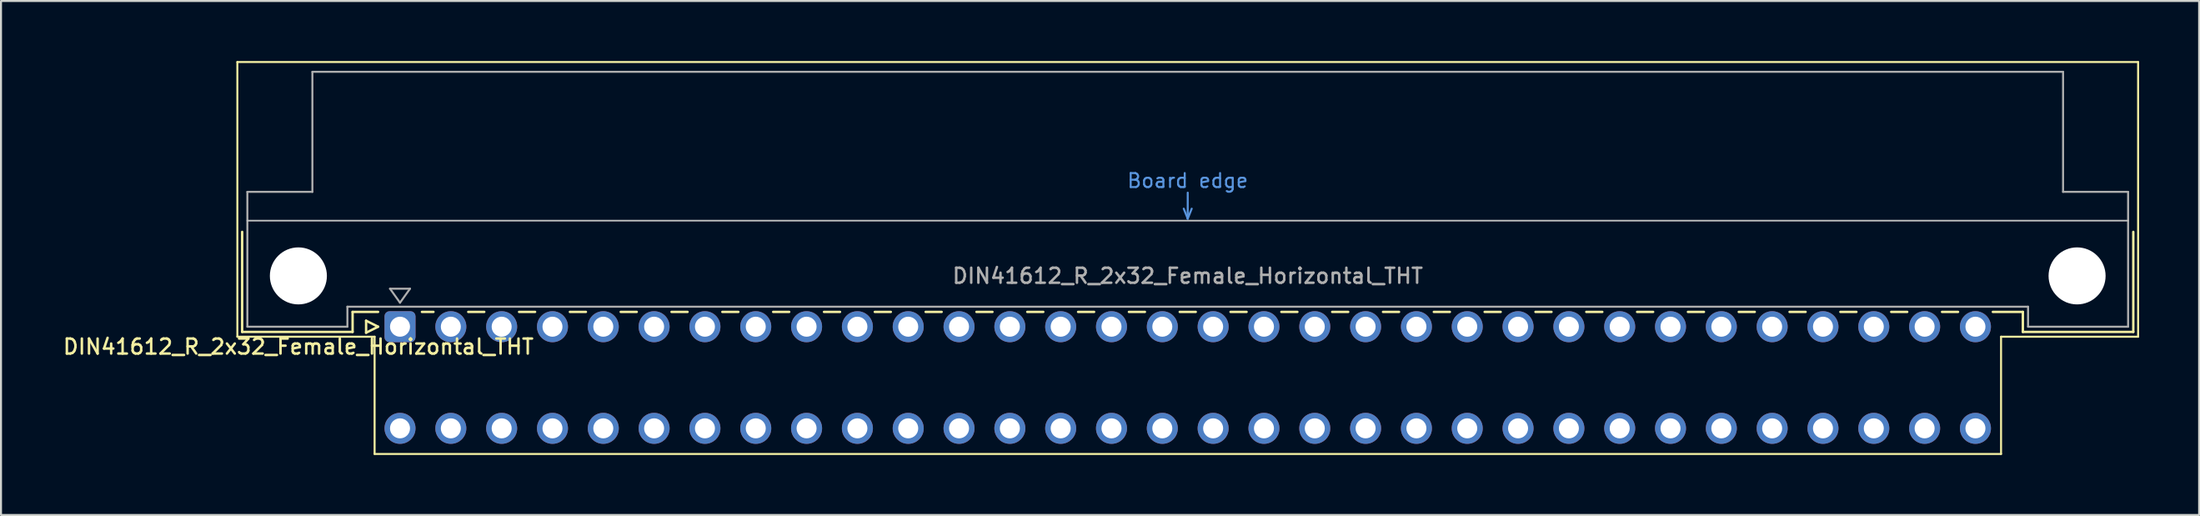
<source format=kicad_pcb>
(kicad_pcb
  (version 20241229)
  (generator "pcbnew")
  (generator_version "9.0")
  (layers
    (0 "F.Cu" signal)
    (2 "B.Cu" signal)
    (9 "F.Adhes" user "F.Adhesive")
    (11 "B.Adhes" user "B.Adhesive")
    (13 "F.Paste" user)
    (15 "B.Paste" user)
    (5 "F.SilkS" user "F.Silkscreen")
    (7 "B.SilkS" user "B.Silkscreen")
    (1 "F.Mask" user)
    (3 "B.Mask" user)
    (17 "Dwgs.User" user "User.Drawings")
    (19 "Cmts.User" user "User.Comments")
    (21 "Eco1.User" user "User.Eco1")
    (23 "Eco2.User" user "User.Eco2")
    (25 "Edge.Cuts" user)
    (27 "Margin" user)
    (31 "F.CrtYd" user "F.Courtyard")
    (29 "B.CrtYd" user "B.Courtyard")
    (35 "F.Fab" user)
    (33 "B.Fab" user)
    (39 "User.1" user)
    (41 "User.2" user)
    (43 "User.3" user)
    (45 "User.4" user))
  (footprint "DIN41612_R_2x32_Female_Horizontal_THT"
    (layer "F.Cu")
    (at 16.943 13.28)
    (property "Reference" "DIN41612_R_2x32_Female_Horizontal_THT" (at -5.08 1 0) (layer "F.SilkS") (effects (font (size 0.75 0.75) (thickness 0.125))))
    (attr through_hole)
    (fp_line (start -8.13 -13.23) (end -8.13 0.5) (stroke (width 0.1) (type solid)) (layer "F.SilkS"))
    (fp_line (start -8.13 0.5) (end -1.27 0.5) (stroke (width 0.1) (type solid)) (layer "F.SilkS"))
    (fp_line (start -7.89 -4.74) (end -7.89 0.26) (stroke (width 0.12) (type solid)) (layer "F.SilkS"))
    (fp_line (start -7.89 0.26) (end -2.37 0.26) (stroke (width 0.12) (type solid)) (layer "F.SilkS"))
    (fp_line (start -2.371 -0.74) (end -1.095 -0.74) (stroke (width 0.12) (type solid)) (layer "F.SilkS"))
    (fp_line (start -2.37 0.26) (end -2.37 -0.74) (stroke (width 0.12) (type solid)) (layer "F.SilkS"))
    (fp_line (start -1.695 -0.3) (end -1.695 0.3) (stroke (width 0.12) (type solid)) (layer "F.SilkS"))
    (fp_line (start -1.695 0.3) (end -1.095 0) (stroke (width 0.12) (type solid)) (layer "F.SilkS"))
    (fp_line (start -1.27 0.5) (end -1.27 6.36) (stroke (width 0.1) (type solid)) (layer "F.SilkS"))
    (fp_line (start -1.27 6.36) (end 80.02 6.36) (stroke (width 0.1) (type solid)) (layer "F.SilkS"))
    (fp_line (start -1.095 0) (end -1.695 -0.3) (stroke (width 0.12) (type solid)) (layer "F.SilkS"))
    (fp_line (start 1.095 -0.74) (end 1.671 -0.74) (stroke (width 0.12) (type solid)) (layer "F.SilkS"))
    (fp_line (start 3.41 -0.74) (end 4.211 -0.74) (stroke (width 0.12) (type solid)) (layer "F.SilkS"))
    (fp_line (start 5.95 -0.74) (end 6.751 -0.74) (stroke (width 0.12) (type solid)) (layer "F.SilkS"))
    (fp_line (start 8.49 -0.74) (end 9.291 -0.74) (stroke (width 0.12) (type solid)) (layer "F.SilkS"))
    (fp_line (start 11.03 -0.74) (end 11.831 -0.74) (stroke (width 0.12) (type solid)) (layer "F.SilkS"))
    (fp_line (start 13.57 -0.74) (end 14.371 -0.74) (stroke (width 0.12) (type solid)) (layer "F.SilkS"))
    (fp_line (start 16.11 -0.74) (end 16.911 -0.74) (stroke (width 0.12) (type solid)) (layer "F.SilkS"))
    (fp_line (start 18.65 -0.74) (end 19.451 -0.74) (stroke (width 0.12) (type solid)) (layer "F.SilkS"))
    (fp_line (start 21.19 -0.74) (end 21.991 -0.74) (stroke (width 0.12) (type solid)) (layer "F.SilkS"))
    (fp_line (start 23.73 -0.74) (end 24.531 -0.74) (stroke (width 0.12) (type solid)) (layer "F.SilkS"))
    (fp_line (start 26.27 -0.74) (end 27.071 -0.74) (stroke (width 0.12) (type solid)) (layer "F.SilkS"))
    (fp_line (start 28.81 -0.74) (end 29.611 -0.74) (stroke (width 0.12) (type solid)) (layer "F.SilkS"))
    (fp_line (start 31.35 -0.74) (end 32.151 -0.74) (stroke (width 0.12) (type solid)) (layer "F.SilkS"))
    (fp_line (start 33.89 -0.74) (end 34.691 -0.74) (stroke (width 0.12) (type solid)) (layer "F.SilkS"))
    (fp_line (start 36.43 -0.74) (end 37.231 -0.74) (stroke (width 0.12) (type solid)) (layer "F.SilkS"))
    (fp_line (start 38.97 -0.74) (end 39.771 -0.74) (stroke (width 0.12) (type solid)) (layer "F.SilkS"))
    (fp_line (start 41.51 -0.74) (end 42.311 -0.74) (stroke (width 0.12) (type solid)) (layer "F.SilkS"))
    (fp_line (start 44.05 -0.74) (end 44.851 -0.74) (stroke (width 0.12) (type solid)) (layer "F.SilkS"))
    (fp_line (start 46.59 -0.74) (end 47.391 -0.74) (stroke (width 0.12) (type solid)) (layer "F.SilkS"))
    (fp_line (start 49.13 -0.74) (end 49.931 -0.74) (stroke (width 0.12) (type solid)) (layer "F.SilkS"))
    (fp_line (start 51.67 -0.74) (end 52.471 -0.74) (stroke (width 0.12) (type solid)) (layer "F.SilkS"))
    (fp_line (start 54.21 -0.74) (end 55.011 -0.74) (stroke (width 0.12) (type solid)) (layer "F.SilkS"))
    (fp_line (start 56.75 -0.74) (end 57.551 -0.74) (stroke (width 0.12) (type solid)) (layer "F.SilkS"))
    (fp_line (start 59.29 -0.74) (end 60.091 -0.74) (stroke (width 0.12) (type solid)) (layer "F.SilkS"))
    (fp_line (start 61.83 -0.74) (end 62.631 -0.74) (stroke (width 0.12) (type solid)) (layer "F.SilkS"))
    (fp_line (start 64.37 -0.74) (end 65.171 -0.74) (stroke (width 0.12) (type solid)) (layer "F.SilkS"))
    (fp_line (start 66.91 -0.74) (end 67.711 -0.74) (stroke (width 0.12) (type solid)) (layer "F.SilkS"))
    (fp_line (start 69.45 -0.74) (end 70.251 -0.74) (stroke (width 0.12) (type solid)) (layer "F.SilkS"))
    (fp_line (start 71.99 -0.74) (end 72.791 -0.74) (stroke (width 0.12) (type solid)) (layer "F.SilkS"))
    (fp_line (start 74.53 -0.74) (end 75.331 -0.74) (stroke (width 0.12) (type solid)) (layer "F.SilkS"))
    (fp_line (start 77.07 -0.74) (end 77.871 -0.74) (stroke (width 0.12) (type solid)) (layer "F.SilkS"))
    (fp_line (start 79.61 -0.74) (end 81.11 -0.74) (stroke (width 0.12) (type solid)) (layer "F.SilkS"))
    (fp_line (start 80.02 0.5) (end 86.87 0.5) (stroke (width 0.1) (type solid)) (layer "F.SilkS"))
    (fp_line (start 80.02 6.36) (end 80.02 0.5) (stroke (width 0.1) (type solid)) (layer "F.SilkS"))
    (fp_line (start 81.11 0.26) (end 81.11 -0.74) (stroke (width 0.12) (type solid)) (layer "F.SilkS"))
    (fp_line (start 86.63 -4.74) (end 86.63 0.26) (stroke (width 0.12) (type solid)) (layer "F.SilkS"))
    (fp_line (start 86.63 0.26) (end 81.11 0.26) (stroke (width 0.12) (type solid)) (layer "F.SilkS"))
    (fp_line (start 86.87 -13.23) (end -8.13 -13.23) (stroke (width 0.1) (type solid)) (layer "F.SilkS"))
    (fp_line (start 86.87 0.5) (end 86.87 -13.23) (stroke (width 0.1) (type solid)) (layer "F.SilkS"))
    (fp_line (start -7.63 -5.3) (end 86.37 -5.3) (stroke (width 0.08) (type solid)) (layer "Dwgs.User"))
    (fp_line (start 39.17 -5.9) (end 39.37 -5.4) (stroke (width 0.1) (type solid)) (layer "Cmts.User"))
    (fp_line (start 39.37 -5.4) (end 39.37 -6.7) (stroke (width 0.1) (type solid)) (layer "Cmts.User"))
    (fp_line (start 39.37 -5.4) (end 39.57 -5.9) (stroke (width 0.1) (type solid)) (layer "Cmts.User"))
    (fp_line (start -7.63 -6.74) (end -7.63 0) (stroke (width 0.1) (type solid)) (layer "F.Fab"))
    (fp_line (start -7.63 0) (end -2.63 0) (stroke (width 0.1) (type solid)) (layer "F.Fab"))
    (fp_line (start -4.38 -12.74) (end -4.38 -6.74) (stroke (width 0.1) (type solid)) (layer "F.Fab"))
    (fp_line (start -4.38 -6.74) (end -7.63 -6.74) (stroke (width 0.1) (type solid)) (layer "F.Fab"))
    (fp_line (start -2.63 -1) (end 81.37 -1) (stroke (width 0.1) (type solid)) (layer "F.Fab"))
    (fp_line (start -2.63 0) (end -2.63 -1) (stroke (width 0.1) (type solid)) (layer "F.Fab"))
    (fp_line (start -0.5 -1.9) (end 0.5 -1.9) (stroke (width 0.1) (type solid)) (layer "F.Fab"))
    (fp_line (start 0 -1.2) (end -0.5 -1.9) (stroke (width 0.1) (type solid)) (layer "F.Fab"))
    (fp_line (start 0.5 -1.9) (end 0 -1.2) (stroke (width 0.1) (type solid)) (layer "F.Fab"))
    (fp_line (start 81.37 -1) (end 81.37 0) (stroke (width 0.1) (type solid)) (layer "F.Fab"))
    (fp_line (start 81.37 0) (end 86.37 0) (stroke (width 0.1) (type solid)) (layer "F.Fab"))
    (fp_line (start 83.12 -12.74) (end -4.38 -12.74) (stroke (width 0.1) (type solid)) (layer "F.Fab"))
    (fp_line (start 83.12 -6.74) (end 83.12 -12.74) (stroke (width 0.1) (type solid)) (layer "F.Fab"))
    (fp_line (start 86.37 -6.74) (end 83.12 -6.74) (stroke (width 0.1) (type solid)) (layer "F.Fab"))
    (fp_line (start 86.37 0) (end 86.37 -6.74) (stroke (width 0.1) (type solid)) (layer "F.Fab"))
    (fp_text user "Board edge" (at 39.37 -7.3 0) (layer "Cmts.User") (effects (font (size 0.7 0.7) (thickness 0.1))))
    (fp_text user "${REFERENCE}" (at 39.37 -2.54 0) (layer "F.Fab") (effects (font (size 0.75 0.75) (thickness 0.125))))
    (pad "" np_thru_hole circle (at -5.08 -2.54) (size 2.85 2.85) (drill 2.85) (layers "*.Cu" "*.Mask"))
    (pad "" np_thru_hole circle (at 83.82 -2.54) (size 2.85 2.85) (drill 2.85) (layers "*.Cu" "*.Mask"))
    (pad "a1" thru_hole roundrect (at 0 0) (size 1.55 1.55) (drill 1) (layers "*.Cu" "*.Mask") (roundrect_rratio 0.161))
    (pad "a2" thru_hole circle (at 2.54 0) (size 1.55 1.55) (drill 1) (layers "*.Cu" "*.Mask"))
    (pad "a3" thru_hole circle (at 5.08 0) (size 1.55 1.55) (drill 1) (layers "*.Cu" "*.Mask"))
    (pad "a4" thru_hole circle (at 7.62 0) (size 1.55 1.55) (drill 1) (layers "*.Cu" "*.Mask"))
    (pad "a5" thru_hole circle (at 10.16 0) (size 1.55 1.55) (drill 1) (layers "*.Cu" "*.Mask"))
    (pad "a6" thru_hole circle (at 12.7 0) (size 1.55 1.55) (drill 1) (layers "*.Cu" "*.Mask"))
    (pad "a7" thru_hole circle (at 15.24 0) (size 1.55 1.55) (drill 1) (layers "*.Cu" "*.Mask"))
    (pad "a8" thru_hole circle (at 17.78 0) (size 1.55 1.55) (drill 1) (layers "*.Cu" "*.Mask"))
    (pad "a9" thru_hole circle (at 20.32 0) (size 1.55 1.55) (drill 1) (layers "*.Cu" "*.Mask"))
    (pad "a10" thru_hole circle (at 22.86 0) (size 1.55 1.55) (drill 1) (layers "*.Cu" "*.Mask"))
    (pad "a11" thru_hole circle (at 25.4 0) (size 1.55 1.55) (drill 1) (layers "*.Cu" "*.Mask"))
    (pad "a12" thru_hole circle (at 27.94 0) (size 1.55 1.55) (drill 1) (layers "*.Cu" "*.Mask"))
    (pad "a13" thru_hole circle (at 30.48 0) (size 1.55 1.55) (drill 1) (layers "*.Cu" "*.Mask"))
    (pad "a14" thru_hole circle (at 33.02 0) (size 1.55 1.55) (drill 1) (layers "*.Cu" "*.Mask"))
    (pad "a15" thru_hole circle (at 35.56 0) (size 1.55 1.55) (drill 1) (layers "*.Cu" "*.Mask"))
    (pad "a16" thru_hole circle (at 38.1 0) (size 1.55 1.55) (drill 1) (layers "*.Cu" "*.Mask"))
    (pad "a17" thru_hole circle (at 40.64 0) (size 1.55 1.55) (drill 1) (layers "*.Cu" "*.Mask"))
    (pad "a18" thru_hole circle (at 43.18 0) (size 1.55 1.55) (drill 1) (layers "*.Cu" "*.Mask"))
    (pad "a19" thru_hole circle (at 45.72 0) (size 1.55 1.55) (drill 1) (layers "*.Cu" "*.Mask"))
    (pad "a20" thru_hole circle (at 48.26 0) (size 1.55 1.55) (drill 1) (layers "*.Cu" "*.Mask"))
    (pad "a21" thru_hole circle (at 50.8 0) (size 1.55 1.55) (drill 1) (layers "*.Cu" "*.Mask"))
    (pad "a22" thru_hole circle (at 53.34 0) (size 1.55 1.55) (drill 1) (layers "*.Cu" "*.Mask"))
    (pad "a23" thru_hole circle (at 55.88 0) (size 1.55 1.55) (drill 1) (layers "*.Cu" "*.Mask"))
    (pad "a24" thru_hole circle (at 58.42 0) (size 1.55 1.55) (drill 1) (layers "*.Cu" "*.Mask"))
    (pad "a25" thru_hole circle (at 60.96 0) (size 1.55 1.55) (drill 1) (layers "*.Cu" "*.Mask"))
    (pad "a26" thru_hole circle (at 63.5 0) (size 1.55 1.55) (drill 1) (layers "*.Cu" "*.Mask"))
    (pad "a27" thru_hole circle (at 66.04 0) (size 1.55 1.55) (drill 1) (layers "*.Cu" "*.Mask"))
    (pad "a28" thru_hole circle (at 68.58 0) (size 1.55 1.55) (drill 1) (layers "*.Cu" "*.Mask"))
    (pad "a29" thru_hole circle (at 71.12 0) (size 1.55 1.55) (drill 1) (layers "*.Cu" "*.Mask"))
    (pad "a30" thru_hole circle (at 73.66 0) (size 1.55 1.55) (drill 1) (layers "*.Cu" "*.Mask"))
    (pad "a31" thru_hole circle (at 76.2 0) (size 1.55 1.55) (drill 1) (layers "*.Cu" "*.Mask"))
    (pad "a32" thru_hole circle (at 78.74 0) (size 1.55 1.55) (drill 1) (layers "*.Cu" "*.Mask"))
    (pad "c1" thru_hole circle (at 0 5.08) (size 1.55 1.55) (drill 1) (layers "*.Cu" "*.Mask"))
    (pad "c2" thru_hole circle (at 2.54 5.08) (size 1.55 1.55) (drill 1) (layers "*.Cu" "*.Mask"))
    (pad "c3" thru_hole circle (at 5.08 5.08) (size 1.55 1.55) (drill 1) (layers "*.Cu" "*.Mask"))
    (pad "c4" thru_hole circle (at 7.62 5.08) (size 1.55 1.55) (drill 1) (layers "*.Cu" "*.Mask"))
    (pad "c5" thru_hole circle (at 10.16 5.08) (size 1.55 1.55) (drill 1) (layers "*.Cu" "*.Mask"))
    (pad "c6" thru_hole circle (at 12.7 5.08) (size 1.55 1.55) (drill 1) (layers "*.Cu" "*.Mask"))
    (pad "c7" thru_hole circle (at 15.24 5.08) (size 1.55 1.55) (drill 1) (layers "*.Cu" "*.Mask"))
    (pad "c8" thru_hole circle (at 17.78 5.08) (size 1.55 1.55) (drill 1) (layers "*.Cu" "*.Mask"))
    (pad "c9" thru_hole circle (at 20.32 5.08) (size 1.55 1.55) (drill 1) (layers "*.Cu" "*.Mask"))
    (pad "c10" thru_hole circle (at 22.86 5.08) (size 1.55 1.55) (drill 1) (layers "*.Cu" "*.Mask"))
    (pad "c11" thru_hole circle (at 25.4 5.08) (size 1.55 1.55) (drill 1) (layers "*.Cu" "*.Mask"))
    (pad "c12" thru_hole circle (at 27.94 5.08) (size 1.55 1.55) (drill 1) (layers "*.Cu" "*.Mask"))
    (pad "c13" thru_hole circle (at 30.48 5.08) (size 1.55 1.55) (drill 1) (layers "*.Cu" "*.Mask"))
    (pad "c14" thru_hole circle (at 33.02 5.08) (size 1.55 1.55) (drill 1) (layers "*.Cu" "*.Mask"))
    (pad "c15" thru_hole circle (at 35.56 5.08) (size 1.55 1.55) (drill 1) (layers "*.Cu" "*.Mask"))
    (pad "c16" thru_hole circle (at 38.1 5.08) (size 1.55 1.55) (drill 1) (layers "*.Cu" "*.Mask"))
    (pad "c17" thru_hole circle (at 40.64 5.08) (size 1.55 1.55) (drill 1) (layers "*.Cu" "*.Mask"))
    (pad "c18" thru_hole circle (at 43.18 5.08) (size 1.55 1.55) (drill 1) (layers "*.Cu" "*.Mask"))
    (pad "c19" thru_hole circle (at 45.72 5.08) (size 1.55 1.55) (drill 1) (layers "*.Cu" "*.Mask"))
    (pad "c20" thru_hole circle (at 48.26 5.08) (size 1.55 1.55) (drill 1) (layers "*.Cu" "*.Mask"))
    (pad "c21" thru_hole circle (at 50.8 5.08) (size 1.55 1.55) (drill 1) (layers "*.Cu" "*.Mask"))
    (pad "c22" thru_hole circle (at 53.34 5.08) (size 1.55 1.55) (drill 1) (layers "*.Cu" "*.Mask"))
    (pad "c23" thru_hole circle (at 55.88 5.08) (size 1.55 1.55) (drill 1) (layers "*.Cu" "*.Mask"))
    (pad "c24" thru_hole circle (at 58.42 5.08) (size 1.55 1.55) (drill 1) (layers "*.Cu" "*.Mask"))
    (pad "c25" thru_hole circle (at 60.96 5.08) (size 1.55 1.55) (drill 1) (layers "*.Cu" "*.Mask"))
    (pad "c26" thru_hole circle (at 63.5 5.08) (size 1.55 1.55) (drill 1) (layers "*.Cu" "*.Mask"))
    (pad "c27" thru_hole circle (at 66.04 5.08) (size 1.55 1.55) (drill 1) (layers "*.Cu" "*.Mask"))
    (pad "c28" thru_hole circle (at 68.58 5.08) (size 1.55 1.55) (drill 1) (layers "*.Cu" "*.Mask"))
    (pad "c29" thru_hole circle (at 71.12 5.08) (size 1.55 1.55) (drill 1) (layers "*.Cu" "*.Mask"))
    (pad "c30" thru_hole circle (at 73.66 5.08) (size 1.55 1.55) (drill 1) (layers "*.Cu" "*.Mask"))
    (pad "c31" thru_hole circle (at 76.2 5.08) (size 1.55 1.55) (drill 1) (layers "*.Cu" "*.Mask"))
    (pad "c32" thru_hole circle (at 78.74 5.08) (size 1.55 1.55) (drill 1) (layers "*.Cu" "*.Mask")))
  (gr_rect
    (start -3 -3)
    (end 106.863 22.69)
    (stroke (width 0.1) (type default))
    (fill no)
    (layer "Edge.Cuts")))
</source>
